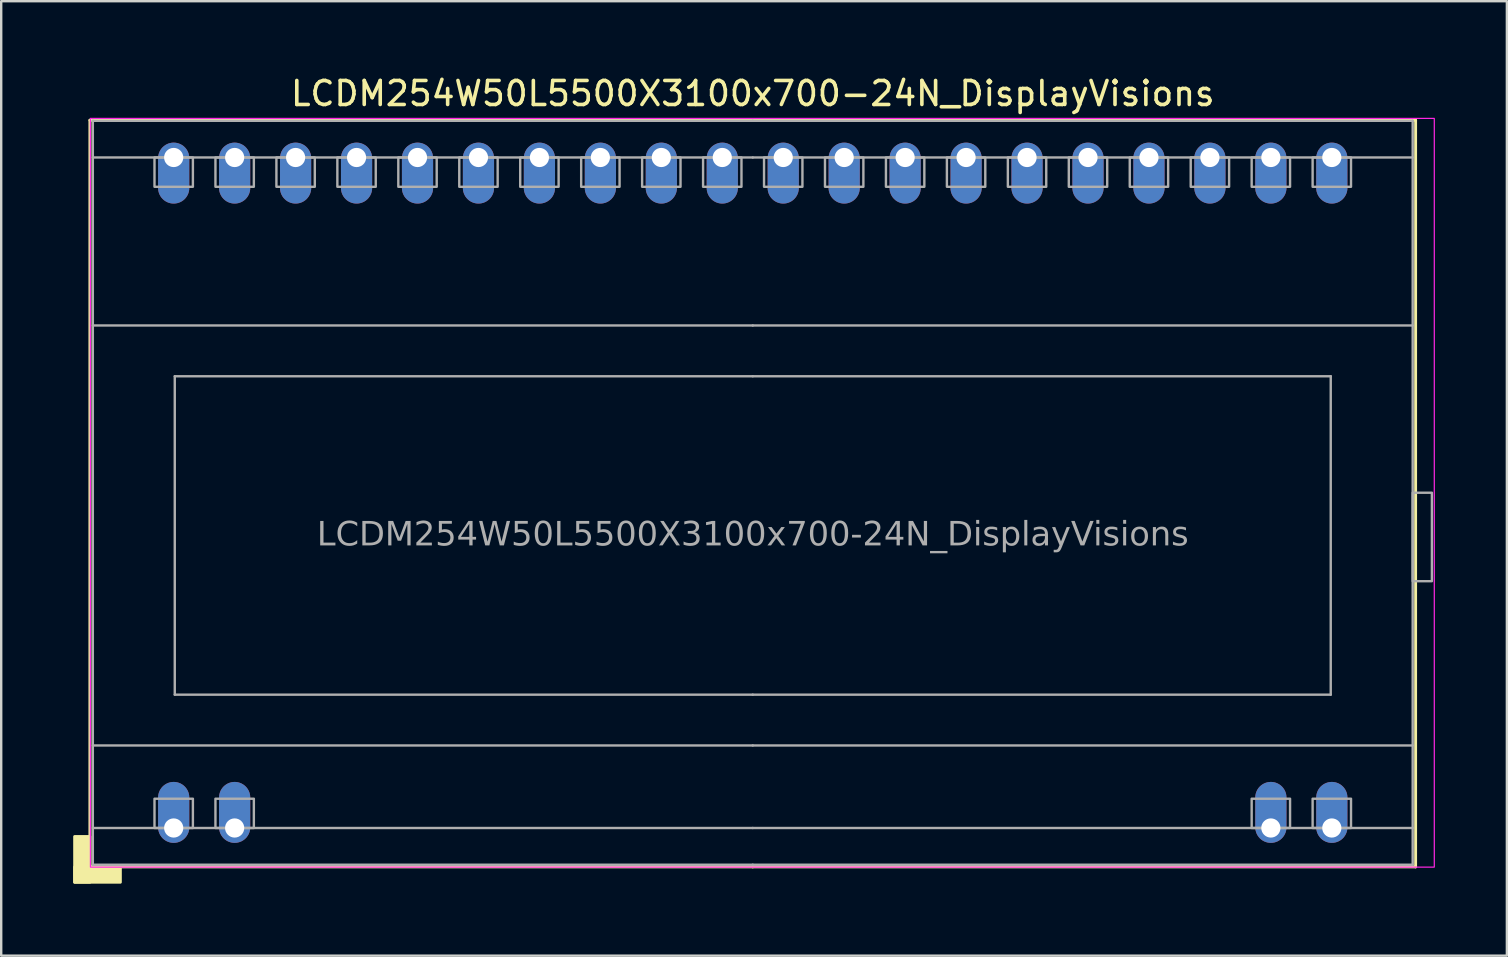
<source format=kicad_pcb>
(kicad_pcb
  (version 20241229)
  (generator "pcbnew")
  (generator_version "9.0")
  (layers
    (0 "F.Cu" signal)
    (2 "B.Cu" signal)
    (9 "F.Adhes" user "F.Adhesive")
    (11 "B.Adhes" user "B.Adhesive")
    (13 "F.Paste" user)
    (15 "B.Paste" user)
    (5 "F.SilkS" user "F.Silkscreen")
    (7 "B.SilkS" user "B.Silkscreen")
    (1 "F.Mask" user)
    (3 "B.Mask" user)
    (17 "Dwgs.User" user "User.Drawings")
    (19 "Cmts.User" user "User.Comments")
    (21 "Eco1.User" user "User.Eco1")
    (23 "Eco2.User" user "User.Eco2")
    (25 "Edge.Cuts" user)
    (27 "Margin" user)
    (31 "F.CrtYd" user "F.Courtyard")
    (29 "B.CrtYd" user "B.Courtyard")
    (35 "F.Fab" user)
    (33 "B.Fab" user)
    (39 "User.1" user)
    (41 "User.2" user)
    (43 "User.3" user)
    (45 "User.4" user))
  (footprint "LCDM254W50L5500X3100x700-24N_DisplayVisions"
    (layer "F.Cu")
    (at 28.318 19.263)
    (property "Reference" "LCDM254W50L5500X3100x700-24N_DisplayVisions" (at 0 -18.415 0) (layer "F.SilkS") (effects (font (size 1 1) (thickness 0.15))))
    (attr through_hole)
    (fp_line (start -27.622 13.811) (end -27.622 -17.304) (stroke (width 0.12) (type solid)) (layer "F.SilkS"))
    (fp_line (start -27.622 13.811) (end 0 13.811) (stroke (width 0.12) (type solid)) (layer "F.SilkS"))
    (fp_line (start 0 -17.304) (end -27.622 -17.304) (stroke (width 0.12) (type solid)) (layer "F.SilkS"))
    (fp_line (start 0 -17.304) (end 27.622 -17.304) (stroke (width 0.12) (type solid)) (layer "F.SilkS"))
    (fp_line (start 27.622 13.811) (end 0 13.811) (stroke (width 0.12) (type solid)) (layer "F.SilkS"))
    (fp_line (start 27.622 13.811) (end 27.622 -17.304) (stroke (width 0.12) (type solid)) (layer "F.SilkS"))
    (fp_poly (pts (xy -28.257 14.451) (xy -28.258 12.546) (xy -27.622 12.546) (xy -27.622 14.451)) (stroke (width 0.12) (type solid)) (fill yes) (layer "F.SilkS"))
    (fp_poly (pts (xy -28.257 14.451) (xy -28.258 13.816) (xy -26.352 13.816) (xy -26.352 14.451)) (stroke (width 0.12) (type solid)) (fill yes) (layer "F.SilkS"))
    (fp_rect (start -27.6 -17.38) (end 28.4 13.82) (stroke (width 0.05) (type default)) (fill no) (layer "F.CrtYd"))
    (fp_line (start -27.5 -17.28) (end -27.5 13.72) (stroke (width 0.1) (type solid)) (layer "F.Fab"))
    (fp_line (start -24.085 -6.635) (end -24.085 6.635) (stroke (width 0.1) (type default)) (layer "F.Fab"))
    (fp_line (start 0 -17.28) (end -27.5 -17.28) (stroke (width 0.1) (type solid)) (layer "F.Fab"))
    (fp_line (start 0 -17.28) (end 27.5 -17.28) (stroke (width 0.1) (type solid)) (layer "F.Fab"))
    (fp_line (start 0 -15.75) (end -27.5 -15.75) (stroke (width 0.1) (type solid)) (layer "F.Fab"))
    (fp_line (start 0 -15.75) (end 27.5 -15.75) (stroke (width 0.1) (type solid)) (layer "F.Fab"))
    (fp_line (start 0 -8.75) (end -27.5 -8.75) (stroke (width 0.1) (type default)) (layer "F.Fab"))
    (fp_line (start 0 -8.75) (end 27.5 -8.75) (stroke (width 0.1) (type default)) (layer "F.Fab"))
    (fp_line (start 0 -6.635) (end -24.085 -6.635) (stroke (width 0.1) (type default)) (layer "F.Fab"))
    (fp_line (start 0 -6.635) (end 24.085 -6.635) (stroke (width 0.1) (type default)) (layer "F.Fab"))
    (fp_line (start 0 6.635) (end -24.085 6.635) (stroke (width 0.1) (type default)) (layer "F.Fab"))
    (fp_line (start 0 6.635) (end 24.085 6.635) (stroke (width 0.1) (type default)) (layer "F.Fab"))
    (fp_line (start 0 8.75) (end -27.5 8.75) (stroke (width 0.1) (type default)) (layer "F.Fab"))
    (fp_line (start 0 8.75) (end 27.5 8.75) (stroke (width 0.1) (type default)) (layer "F.Fab"))
    (fp_line (start 0 12.19) (end -27.5 12.19) (stroke (width 0.1) (type solid)) (layer "F.Fab"))
    (fp_line (start 0 12.19) (end 27.5 12.19) (stroke (width 0.1) (type solid)) (layer "F.Fab"))
    (fp_line (start 0 13.72) (end -27.5 13.72) (stroke (width 0.1) (type solid)) (layer "F.Fab"))
    (fp_line (start 0 13.72) (end 27.5 13.72) (stroke (width 0.1) (type solid)) (layer "F.Fab"))
    (fp_line (start 24.085 -6.635) (end 24.085 6.635) (stroke (width 0.1) (type default)) (layer "F.Fab"))
    (fp_line (start 27.5 -17.28) (end 27.5 13.72) (stroke (width 0.1) (type solid)) (layer "F.Fab"))
    (fp_rect (start -23.33 -15.75) (end -24.93 -14.53) (stroke (width 0.1) (type default)) (fill no) (layer "F.Fab"))
    (fp_rect (start -23.33 10.97) (end -24.93 12.19) (stroke (width 0.1) (type default)) (fill no) (layer "F.Fab"))
    (fp_rect (start -20.79 -15.75) (end -22.39 -14.53) (stroke (width 0.1) (type default)) (fill no) (layer "F.Fab"))
    (fp_rect (start -20.79 10.97) (end -22.39 12.19) (stroke (width 0.1) (type default)) (fill no) (layer "F.Fab"))
    (fp_rect (start -18.25 -15.75) (end -19.85 -14.53) (stroke (width 0.1) (type default)) (fill no) (layer "F.Fab"))
    (fp_rect (start -15.71 -15.75) (end -17.31 -14.53) (stroke (width 0.1) (type default)) (fill no) (layer "F.Fab"))
    (fp_rect (start -13.17 -15.75) (end -14.77 -14.53) (stroke (width 0.1) (type default)) (fill no) (layer "F.Fab"))
    (fp_rect (start -10.63 -15.75) (end -12.23 -14.53) (stroke (width 0.1) (type default)) (fill no) (layer "F.Fab"))
    (fp_rect (start -8.09 -15.75) (end -9.69 -14.53) (stroke (width 0.1) (type default)) (fill no) (layer "F.Fab"))
    (fp_rect (start -5.55 -15.75) (end -7.15 -14.53) (stroke (width 0.1) (type default)) (fill no) (layer "F.Fab"))
    (fp_rect (start -3.01 -15.75) (end -4.61 -14.53) (stroke (width 0.1) (type default)) (fill no) (layer "F.Fab"))
    (fp_rect (start -0.47 -15.75) (end -2.07 -14.53) (stroke (width 0.1) (type default)) (fill no) (layer "F.Fab"))
    (fp_rect (start 0.47 -15.75) (end 2.07 -14.53) (stroke (width 0.1) (type default)) (fill no) (layer "F.Fab"))
    (fp_rect (start 3.01 -15.75) (end 4.61 -14.53) (stroke (width 0.1) (type default)) (fill no) (layer "F.Fab"))
    (fp_rect (start 5.55 -15.75) (end 7.15 -14.53) (stroke (width 0.1) (type default)) (fill no) (layer "F.Fab"))
    (fp_rect (start 8.09 -15.75) (end 9.69 -14.53) (stroke (width 0.1) (type default)) (fill no) (layer "F.Fab"))
    (fp_rect (start 10.63 -15.75) (end 12.23 -14.53) (stroke (width 0.1) (type default)) (fill no) (layer "F.Fab"))
    (fp_rect (start 13.17 -15.75) (end 14.77 -14.53) (stroke (width 0.1) (type default)) (fill no) (layer "F.Fab"))
    (fp_rect (start 15.71 -15.75) (end 17.31 -14.53) (stroke (width 0.1) (type default)) (fill no) (layer "F.Fab"))
    (fp_rect (start 18.25 -15.75) (end 19.85 -14.53) (stroke (width 0.1) (type default)) (fill no) (layer "F.Fab"))
    (fp_rect (start 20.79 -15.75) (end 22.39 -14.53) (stroke (width 0.1) (type default)) (fill no) (layer "F.Fab"))
    (fp_rect (start 20.79 10.97) (end 22.39 12.19) (stroke (width 0.1) (type default)) (fill no) (layer "F.Fab"))
    (fp_rect (start 23.33 -15.75) (end 24.93 -14.53) (stroke (width 0.1) (type default)) (fill no) (layer "F.Fab"))
    (fp_rect (start 23.33 10.97) (end 24.93 12.19) (stroke (width 0.1) (type default)) (fill no) (layer "F.Fab"))
    (fp_rect (start 27.5 -1.78) (end 28.3 1.905) (stroke (width 0.1) (type default)) (fill no) (layer "F.Fab"))
    (fp_text user "${REFERENCE}" (at 0 0 0) (layer "F.Fab") (effects (font (face "Tahoma") (size 1 1) (thickness 0.15))))
    (pad "1" thru_hole oval (at -24.13 12.19 180) (size 1.3 2.54) (drill 0.8 (offset 0 0.65)) (layers "*.Cu" "*.Mask"))
    (pad "2" thru_hole oval (at -21.59 12.19 180) (size 1.3 2.54) (drill 0.8 (offset 0 0.65)) (layers "*.Cu" "*.Mask"))
    (pad "19" thru_hole oval (at 21.59 12.19 180) (size 1.3 2.54) (drill 0.8 (offset 0 0.65)) (layers "*.Cu" "*.Mask"))
    (pad "20" thru_hole oval (at 24.13 12.19 180) (size 1.3 2.54) (drill 0.8 (offset 0 0.65)) (layers "*.Cu" "*.Mask"))
    (pad "21" thru_hole oval (at 24.13 -15.75) (size 1.3 2.54) (drill 0.8 (offset 0 0.65)) (layers "*.Cu" "*.Mask"))
    (pad "22" thru_hole oval (at 21.59 -15.75) (size 1.3 2.54) (drill 0.8 (offset 0 0.65)) (layers "*.Cu" "*.Mask"))
    (pad "23" thru_hole oval (at 19.05 -15.75) (size 1.3 2.54) (drill 0.8 (offset 0 0.65)) (layers "*.Cu" "*.Mask"))
    (pad "24" thru_hole oval (at 16.51 -15.75) (size 1.3 2.54) (drill 0.8 (offset 0 0.65)) (layers "*.Cu" "*.Mask"))
    (pad "25" thru_hole oval (at 13.97 -15.75) (size 1.3 2.54) (drill 0.8 (offset 0 0.65)) (layers "*.Cu" "*.Mask"))
    (pad "26" thru_hole oval (at 11.43 -15.75) (size 1.3 2.54) (drill 0.8 (offset 0 0.65)) (layers "*.Cu" "*.Mask"))
    (pad "27" thru_hole oval (at 8.89 -15.75) (size 1.3 2.54) (drill 0.8 (offset 0 0.65)) (layers "*.Cu" "*.Mask"))
    (pad "28" thru_hole oval (at 6.35 -15.75) (size 1.3 2.54) (drill 0.8 (offset 0 0.65)) (layers "*.Cu" "*.Mask"))
    (pad "29" thru_hole oval (at 3.81 -15.75) (size 1.3 2.54) (drill 0.8 (offset 0 0.65)) (layers "*.Cu" "*.Mask"))
    (pad "30" thru_hole oval (at 1.27 -15.75) (size 1.3 2.54) (drill 0.8 (offset 0 0.65)) (layers "*.Cu" "*.Mask"))
    (pad "31" thru_hole oval (at -1.27 -15.75) (size 1.3 2.54) (drill 0.8 (offset 0 0.65)) (layers "*.Cu" "*.Mask"))
    (pad "32" thru_hole oval (at -3.81 -15.75) (size 1.3 2.54) (drill 0.8 (offset 0 0.65)) (layers "*.Cu" "*.Mask"))
    (pad "33" thru_hole oval (at -6.35 -15.75) (size 1.3 2.54) (drill 0.8 (offset 0 0.65)) (layers "*.Cu" "*.Mask"))
    (pad "34" thru_hole oval (at -8.89 -15.75) (size 1.3 2.54) (drill 0.8 (offset 0 0.65)) (layers "*.Cu" "*.Mask"))
    (pad "35" thru_hole oval (at -11.43 -15.75) (size 1.3 2.54) (drill 0.8 (offset 0 0.65)) (layers "*.Cu" "*.Mask"))
    (pad "36" thru_hole oval (at -13.97 -15.75) (size 1.3 2.54) (drill 0.8 (offset 0 0.65)) (layers "*.Cu" "*.Mask"))
    (pad "37" thru_hole oval (at -16.51 -15.75) (size 1.3 2.54) (drill 0.8 (offset 0 0.65)) (layers "*.Cu" "*.Mask"))
    (pad "38" thru_hole oval (at -19.05 -15.75) (size 1.3 2.54) (drill 0.8 (offset 0 0.65)) (layers "*.Cu" "*.Mask"))
    (pad "39" thru_hole oval (at -21.59 -15.75) (size 1.3 2.54) (drill 0.8 (offset 0 0.65)) (layers "*.Cu" "*.Mask"))
    (pad "40" thru_hole oval (at -24.13 -15.75) (size 1.3 2.54) (drill 0.8 (offset 0 0.65)) (layers "*.Cu" "*.Mask")))
  (gr_rect
    (start -3 -3)
    (end 59.743 36.774)
    (stroke (width 0.1) (type default))
    (fill no)
    (layer "Edge.Cuts")))
</source>
